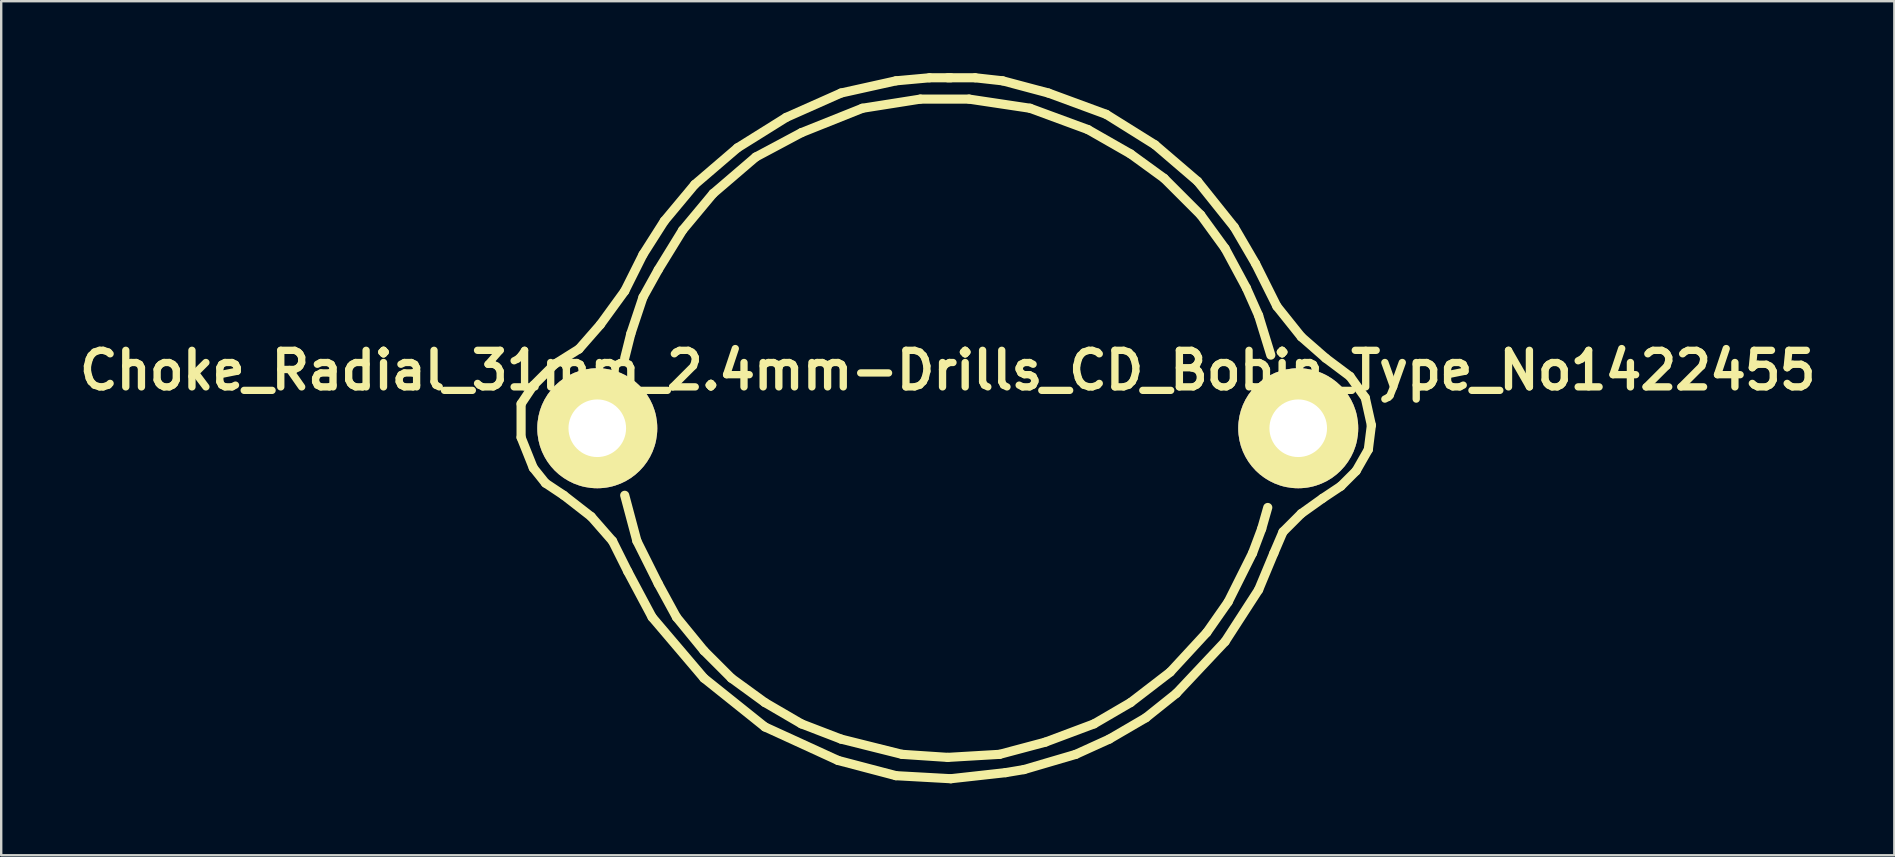
<source format=kicad_pcb>
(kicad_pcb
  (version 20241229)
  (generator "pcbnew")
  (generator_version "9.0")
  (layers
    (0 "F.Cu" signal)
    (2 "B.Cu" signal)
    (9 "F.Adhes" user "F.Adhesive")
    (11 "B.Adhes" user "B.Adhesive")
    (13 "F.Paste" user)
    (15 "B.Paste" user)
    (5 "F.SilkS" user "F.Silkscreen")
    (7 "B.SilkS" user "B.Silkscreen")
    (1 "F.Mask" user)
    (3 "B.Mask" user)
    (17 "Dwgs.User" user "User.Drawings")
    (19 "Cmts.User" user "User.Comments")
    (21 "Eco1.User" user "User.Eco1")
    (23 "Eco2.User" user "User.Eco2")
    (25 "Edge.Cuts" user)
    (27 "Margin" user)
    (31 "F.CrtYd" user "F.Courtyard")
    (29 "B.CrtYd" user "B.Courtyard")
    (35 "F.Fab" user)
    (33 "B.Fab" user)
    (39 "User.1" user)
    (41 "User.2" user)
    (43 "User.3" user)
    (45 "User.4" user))
  (footprint "Choke_Radial_31mm_2.4mm-Drills_CD_Bobin_Type_No1422455"
    (layer "F.Cu")
    (at 36.445 14.796)
    (property "Reference" "Choke_Radial_31mm_2.4mm-Drills_CD_Bobin_Type_No1422455" (at 0 -2.413 0) (layer "F.SilkS") (effects (font (size 1.524 1.524) (thickness 0.305))))
    (attr through_hole)
    (fp_line (start -17.78 -1.016) (end -17.272 -1.778) (stroke (width 0.381) (type solid)) (layer "F.SilkS"))
    (fp_line (start -17.78 0.381) (end -17.78 -1.016) (stroke (width 0.381) (type solid)) (layer "F.SilkS"))
    (fp_line (start -17.272 -1.778) (end -16.383 -2.667) (stroke (width 0.381) (type solid)) (layer "F.SilkS"))
    (fp_line (start -17.272 1.651) (end -17.78 0.381) (stroke (width 0.381) (type solid)) (layer "F.SilkS"))
    (fp_line (start -16.764 2.286) (end -17.272 1.651) (stroke (width 0.381) (type solid)) (layer "F.SilkS"))
    (fp_line (start -16.383 -2.667) (end -15.367 -3.302) (stroke (width 0.381) (type solid)) (layer "F.SilkS"))
    (fp_line (start -16.002 2.794) (end -16.764 2.286) (stroke (width 0.381) (type solid)) (layer "F.SilkS"))
    (fp_line (start -15.367 -3.302) (end -14.478 -4.318) (stroke (width 0.381) (type solid)) (layer "F.SilkS"))
    (fp_line (start -14.859 3.683) (end -16.002 2.794) (stroke (width 0.381) (type solid)) (layer "F.SilkS"))
    (fp_line (start -14.478 -4.318) (end -13.462 -5.715) (stroke (width 0.381) (type solid)) (layer "F.SilkS"))
    (fp_line (start -13.97 4.699) (end -14.859 3.683) (stroke (width 0.381) (type solid)) (layer "F.SilkS"))
    (fp_line (start -13.462 -5.715) (end -12.7 -7.239) (stroke (width 0.381) (type solid)) (layer "F.SilkS"))
    (fp_line (start -13.462 -2.921) (end -13.208 -3.937) (stroke (width 0.381) (type solid)) (layer "F.SilkS"))
    (fp_line (start -13.335 5.969) (end -13.97 4.699) (stroke (width 0.381) (type solid)) (layer "F.SilkS"))
    (fp_line (start -13.208 -3.937) (end -12.7 -5.461) (stroke (width 0.381) (type solid)) (layer "F.SilkS"))
    (fp_line (start -12.954 4.699) (end -13.462 2.794) (stroke (width 0.381) (type solid)) (layer "F.SilkS"))
    (fp_line (start -12.7 -7.239) (end -11.811 -8.636) (stroke (width 0.381) (type solid)) (layer "F.SilkS"))
    (fp_line (start -12.7 -5.461) (end -12.065 -6.604) (stroke (width 0.381) (type solid)) (layer "F.SilkS"))
    (fp_line (start -12.319 7.874) (end -13.335 5.969) (stroke (width 0.381) (type solid)) (layer "F.SilkS"))
    (fp_line (start -12.065 -6.604) (end -11.049 -8.255) (stroke (width 0.381) (type solid)) (layer "F.SilkS"))
    (fp_line (start -12.065 6.477) (end -12.954 4.699) (stroke (width 0.381) (type solid)) (layer "F.SilkS"))
    (fp_line (start -11.811 -8.636) (end -10.541 -10.16) (stroke (width 0.381) (type solid)) (layer "F.SilkS"))
    (fp_line (start -11.303 7.874) (end -12.065 6.477) (stroke (width 0.381) (type solid)) (layer "F.SilkS"))
    (fp_line (start -11.049 -8.255) (end -9.779 -9.779) (stroke (width 0.381) (type solid)) (layer "F.SilkS"))
    (fp_line (start -10.541 -10.16) (end -8.763 -11.684) (stroke (width 0.381) (type solid)) (layer "F.SilkS"))
    (fp_line (start -10.16 9.271) (end -11.303 7.874) (stroke (width 0.381) (type solid)) (layer "F.SilkS"))
    (fp_line (start -10.16 10.414) (end -12.319 7.874) (stroke (width 0.381) (type solid)) (layer "F.SilkS"))
    (fp_line (start -9.779 -9.779) (end -8.001 -11.303) (stroke (width 0.381) (type solid)) (layer "F.SilkS"))
    (fp_line (start -9.017 10.414) (end -10.16 9.271) (stroke (width 0.381) (type solid)) (layer "F.SilkS"))
    (fp_line (start -8.763 -11.684) (end -6.731 -12.954) (stroke (width 0.381) (type solid)) (layer "F.SilkS"))
    (fp_line (start -8.001 -11.303) (end -6.096 -12.319) (stroke (width 0.381) (type solid)) (layer "F.SilkS"))
    (fp_line (start -7.62 11.43) (end -9.017 10.414) (stroke (width 0.381) (type solid)) (layer "F.SilkS"))
    (fp_line (start -7.62 12.446) (end -10.16 10.414) (stroke (width 0.381) (type solid)) (layer "F.SilkS"))
    (fp_line (start -6.731 -12.954) (end -4.445 -13.97) (stroke (width 0.381) (type solid)) (layer "F.SilkS"))
    (fp_line (start -6.096 -12.319) (end -3.556 -13.335) (stroke (width 0.381) (type solid)) (layer "F.SilkS"))
    (fp_line (start -6.096 12.319) (end -7.62 11.43) (stroke (width 0.381) (type solid)) (layer "F.SilkS"))
    (fp_line (start -4.572 13.843) (end -7.62 12.446) (stroke (width 0.381) (type solid)) (layer "F.SilkS"))
    (fp_line (start -4.445 -13.97) (end -2.159 -14.478) (stroke (width 0.381) (type solid)) (layer "F.SilkS"))
    (fp_line (start -4.445 12.954) (end -6.096 12.319) (stroke (width 0.381) (type solid)) (layer "F.SilkS"))
    (fp_line (start -3.556 -13.335) (end -1.143 -13.716) (stroke (width 0.381) (type solid)) (layer "F.SilkS"))
    (fp_line (start -2.159 -14.478) (end -0.762 -14.605) (stroke (width 0.381) (type solid)) (layer "F.SilkS"))
    (fp_line (start -2.159 14.478) (end -4.572 13.843) (stroke (width 0.381) (type solid)) (layer "F.SilkS"))
    (fp_line (start -1.905 13.589) (end -4.445 12.954) (stroke (width 0.381) (type solid)) (layer "F.SilkS"))
    (fp_line (start -1.143 -13.716) (end 0.889 -13.716) (stroke (width 0.381) (type solid)) (layer "F.SilkS"))
    (fp_line (start -0.762 -14.605) (end 0.127 -14.605) (stroke (width 0.381) (type solid)) (layer "F.SilkS"))
    (fp_line (start 0 -14.605) (end 1.143 -14.605) (stroke (width 0.381) (type solid)) (layer "F.SilkS"))
    (fp_line (start 0 13.716) (end -1.905 13.589) (stroke (width 0.381) (type solid)) (layer "F.SilkS"))
    (fp_line (start 0.127 14.605) (end -2.159 14.478) (stroke (width 0.381) (type solid)) (layer "F.SilkS"))
    (fp_line (start 0.889 -13.716) (end 3.429 -13.335) (stroke (width 0.381) (type solid)) (layer "F.SilkS"))
    (fp_line (start 1.143 -14.605) (end 2.286 -14.478) (stroke (width 0.381) (type solid)) (layer "F.SilkS"))
    (fp_line (start 2.159 13.589) (end 0 13.716) (stroke (width 0.381) (type solid)) (layer "F.SilkS"))
    (fp_line (start 2.286 -14.478) (end 4.191 -13.97) (stroke (width 0.381) (type solid)) (layer "F.SilkS"))
    (fp_line (start 2.413 14.351) (end 0.127 14.605) (stroke (width 0.381) (type solid)) (layer "F.SilkS"))
    (fp_line (start 3.175 14.224) (end 2.413 14.351) (stroke (width 0.381) (type solid)) (layer "F.SilkS"))
    (fp_line (start 3.429 -13.335) (end 5.842 -12.446) (stroke (width 0.381) (type solid)) (layer "F.SilkS"))
    (fp_line (start 4.064 13.081) (end 2.159 13.589) (stroke (width 0.381) (type solid)) (layer "F.SilkS"))
    (fp_line (start 4.191 -13.97) (end 6.604 -13.081) (stroke (width 0.381) (type solid)) (layer "F.SilkS"))
    (fp_line (start 5.334 13.589) (end 3.175 14.224) (stroke (width 0.381) (type solid)) (layer "F.SilkS"))
    (fp_line (start 5.842 -12.446) (end 7.62 -11.43) (stroke (width 0.381) (type solid)) (layer "F.SilkS"))
    (fp_line (start 6.096 12.319) (end 4.064 13.081) (stroke (width 0.381) (type solid)) (layer "F.SilkS"))
    (fp_line (start 6.604 -13.081) (end 8.636 -11.811) (stroke (width 0.381) (type solid)) (layer "F.SilkS"))
    (fp_line (start 6.731 12.954) (end 5.334 13.589) (stroke (width 0.381) (type solid)) (layer "F.SilkS"))
    (fp_line (start 7.62 -11.43) (end 9.017 -10.414) (stroke (width 0.381) (type solid)) (layer "F.SilkS"))
    (fp_line (start 7.62 11.43) (end 6.096 12.319) (stroke (width 0.381) (type solid)) (layer "F.SilkS"))
    (fp_line (start 8.255 12.065) (end 6.731 12.954) (stroke (width 0.381) (type solid)) (layer "F.SilkS"))
    (fp_line (start 8.636 -11.811) (end 10.414 -10.287) (stroke (width 0.381) (type solid)) (layer "F.SilkS"))
    (fp_line (start 9.017 -10.414) (end 10.541 -8.89) (stroke (width 0.381) (type solid)) (layer "F.SilkS"))
    (fp_line (start 9.271 10.16) (end 7.62 11.43) (stroke (width 0.381) (type solid)) (layer "F.SilkS"))
    (fp_line (start 9.525 11.049) (end 8.255 12.065) (stroke (width 0.381) (type solid)) (layer "F.SilkS"))
    (fp_line (start 10.414 -10.287) (end 11.938 -8.382) (stroke (width 0.381) (type solid)) (layer "F.SilkS"))
    (fp_line (start 10.541 -8.89) (end 11.557 -7.493) (stroke (width 0.381) (type solid)) (layer "F.SilkS"))
    (fp_line (start 10.795 8.509) (end 9.271 10.16) (stroke (width 0.381) (type solid)) (layer "F.SilkS"))
    (fp_line (start 11.557 -7.493) (end 12.446 -5.842) (stroke (width 0.381) (type solid)) (layer "F.SilkS"))
    (fp_line (start 11.557 8.89) (end 9.525 11.049) (stroke (width 0.381) (type solid)) (layer "F.SilkS"))
    (fp_line (start 11.684 7.239) (end 10.795 8.509) (stroke (width 0.381) (type solid)) (layer "F.SilkS"))
    (fp_line (start 11.938 -8.382) (end 12.827 -6.858) (stroke (width 0.381) (type solid)) (layer "F.SilkS"))
    (fp_line (start 12.446 -5.842) (end 12.954 -4.699) (stroke (width 0.381) (type solid)) (layer "F.SilkS"))
    (fp_line (start 12.7 5.207) (end 11.684 7.239) (stroke (width 0.381) (type solid)) (layer "F.SilkS"))
    (fp_line (start 12.827 -6.858) (end 13.716 -5.08) (stroke (width 0.381) (type solid)) (layer "F.SilkS"))
    (fp_line (start 12.954 -4.699) (end 13.462 -3.048) (stroke (width 0.381) (type solid)) (layer "F.SilkS"))
    (fp_line (start 12.954 6.731) (end 11.557 8.89) (stroke (width 0.381) (type solid)) (layer "F.SilkS"))
    (fp_line (start 13.081 4.191) (end 12.7 5.207) (stroke (width 0.381) (type solid)) (layer "F.SilkS"))
    (fp_line (start 13.335 3.302) (end 13.081 4.191) (stroke (width 0.381) (type solid)) (layer "F.SilkS"))
    (fp_line (start 13.589 5.207) (end 12.954 6.731) (stroke (width 0.381) (type solid)) (layer "F.SilkS"))
    (fp_line (start 13.716 -5.08) (end 14.732 -3.81) (stroke (width 0.381) (type solid)) (layer "F.SilkS"))
    (fp_line (start 13.97 4.318) (end 13.589 5.207) (stroke (width 0.381) (type solid)) (layer "F.SilkS"))
    (fp_line (start 14.732 -3.81) (end 15.748 -2.921) (stroke (width 0.381) (type solid)) (layer "F.SilkS"))
    (fp_line (start 14.732 3.556) (end 13.97 4.318) (stroke (width 0.381) (type solid)) (layer "F.SilkS"))
    (fp_line (start 15.621 2.921) (end 14.732 3.556) (stroke (width 0.381) (type solid)) (layer "F.SilkS"))
    (fp_line (start 15.748 -2.921) (end 16.764 -2.159) (stroke (width 0.381) (type solid)) (layer "F.SilkS"))
    (fp_line (start 16.383 2.413) (end 15.621 2.921) (stroke (width 0.381) (type solid)) (layer "F.SilkS"))
    (fp_line (start 16.764 -2.159) (end 17.399 -1.27) (stroke (width 0.381) (type solid)) (layer "F.SilkS"))
    (fp_line (start 17.018 1.778) (end 16.383 2.413) (stroke (width 0.381) (type solid)) (layer "F.SilkS"))
    (fp_line (start 17.399 -1.27) (end 17.653 -0.127) (stroke (width 0.381) (type solid)) (layer "F.SilkS"))
    (fp_line (start 17.526 0.889) (end 17.018 1.778) (stroke (width 0.381) (type solid)) (layer "F.SilkS"))
    (fp_line (start 17.653 -0.127) (end 17.526 0.889) (stroke (width 0.381) (type solid)) (layer "F.SilkS"))
    (pad "1" thru_hole circle (at 14.605 0) (size 5.001 5.001) (drill 2.4) (layers "*.Cu" "*.Mask" "F.SilkS"))
    (pad "2" thru_hole circle (at -14.605 0) (size 5.001 5.001) (drill 2.4) (layers "*.Cu" "*.Mask" "F.SilkS")))
  (gr_rect
    (start -3 -3)
    (end 75.891 32.591)
    (stroke (width 0.1) (type default))
    (fill no)
    (layer "Edge.Cuts")))
</source>
